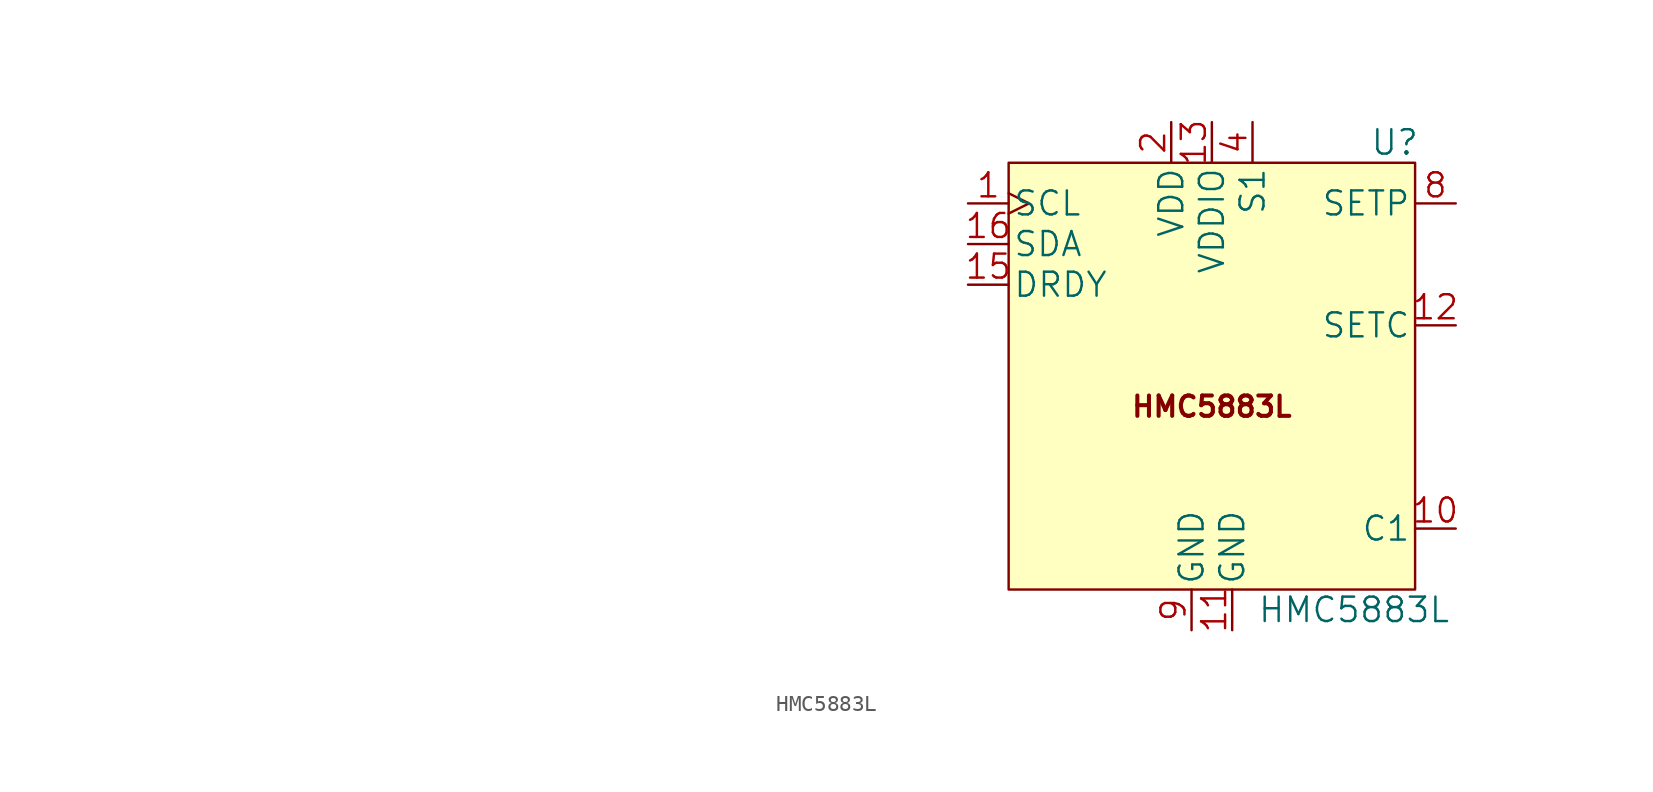
<source format=kicad_sym>
(kicad_symbol_lib
  (version 20211014)
  (generator kicad_symbol_editor)
  (symbol "HMC5883L"
    (pin_names
      (offset 0.254))
    (property "Reference" "U"
      (at 24.13 1.27 0)
      (effects (font (size 1.524 1.524))))
    (property "Value" "HMC5883L"
      (at 21.59 -27.94 0)
      (effects (font (size 1.524 1.524))))
    (property "Datasheet" ""
      (at -50.8 -8.89 0)
      (effects (font (size 1.524 1.524))))
    (property "ki_locked" ""
      (at 0 0 0)
      (effects (font (size 1.27 1.27))))
    (symbol "HMC5883L_0_0"
      (text "HMC5883L" (at 12.7 -15.24 0) (effects (font (size 1.27 1.27) bold))))
    (symbol "HMC5883L_1_1"
      (rectangle (start 0 0) (end 25.4 -26.67) (stroke (width 0) (type default) (color 0 0 0 0)) (fill (type background)))
      (pin input clock (at -2.54 -2.54 0) (length 2.54) (name "SCL" (effects (font (size 1.499 1.499)))) (number "1" (effects (font (size 1.499 1.499)))))
      (pin passive line (at 27.94 -22.86 180) (length 2.54) (name "C1" (effects (font (size 1.499 1.499)))) (number "10" (effects (font (size 1.499 1.499)))))
      (pin power_in line (at 13.97 -29.21 90) (length 2.54) (name "GND" (effects (font (size 1.499 1.499)))) (number "11" (effects (font (size 1.499 1.499)))))
      (pin passive line (at 27.94 -10.16 180) (length 2.54) (name "SETC" (effects (font (size 1.499 1.499)))) (number "12" (effects (font (size 1.499 1.499)))))
      (pin power_in line (at 12.7 2.54 270) (length 2.54) (name "VDDIO" (effects (font (size 1.499 1.499)))) (number "13" (effects (font (size 1.499 1.499)))))
      (pin no_connect line (at -2.54 -24.13 0) (length 2.54) hide (name "NC" (effects (font (size 1.499 1.499)))) (number "14" (effects (font (size 1.499 1.499)))))
      (pin output line (at -2.54 -7.62 0) (length 2.54) (name "DRDY" (effects (font (size 1.499 1.499)))) (number "15" (effects (font (size 1.499 1.499)))))
      (pin bidirectional line (at -2.54 -5.08 0) (length 2.54) (name "SDA" (effects (font (size 1.499 1.499)))) (number "16" (effects (font (size 1.499 1.499)))))
      (pin power_in line (at 10.16 2.54 270) (length 2.54) (name "VDD" (effects (font (size 1.499 1.499)))) (number "2" (effects (font (size 1.499 1.499)))))
      (pin no_connect line (at -2.54 -13.97 0) (length 2.54) hide (name "NC" (effects (font (size 1.499 1.499)))) (number "3" (effects (font (size 1.499 1.499)))))
      (pin power_in line (at 15.24 2.54 270) (length 2.54) (name "S1" (effects (font (size 1.499 1.499)))) (number "4" (effects (font (size 1.499 1.499)))))
      (pin no_connect line (at -2.54 -16.51 0) (length 2.54) hide (name "NC" (effects (font (size 1.499 1.499)))) (number "5" (effects (font (size 1.499 1.499)))))
      (pin no_connect line (at -2.54 -19.05 0) (length 2.54) hide (name "NC" (effects (font (size 1.499 1.499)))) (number "6" (effects (font (size 1.499 1.499)))))
      (pin no_connect line (at -2.54 -21.59 0) (length 2.54) hide (name "NC" (effects (font (size 1.499 1.499)))) (number "7" (effects (font (size 1.499 1.499)))))
      (pin passive line (at 27.94 -2.54 180) (length 2.54) (name "SETP" (effects (font (size 1.499 1.499)))) (number "8" (effects (font (size 1.499 1.499)))))
      (pin power_in line (at 11.43 -29.21 90) (length 2.54) (name "GND" (effects (font (size 1.499 1.499)))) (number "9" (effects (font (size 1.499 1.499))))))))
</source>
